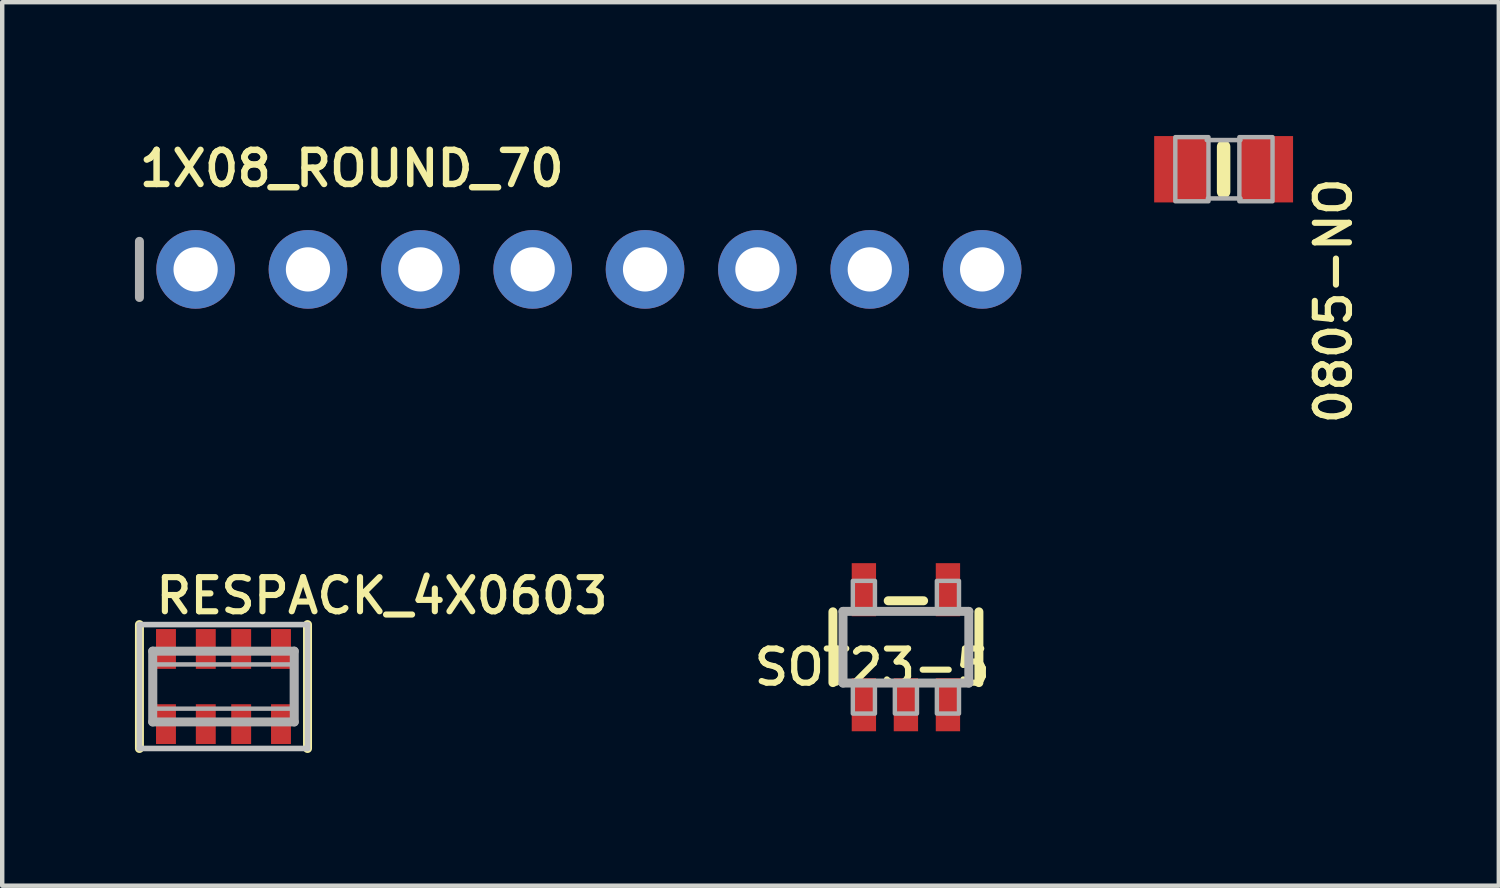
<source format=kicad_pcb>
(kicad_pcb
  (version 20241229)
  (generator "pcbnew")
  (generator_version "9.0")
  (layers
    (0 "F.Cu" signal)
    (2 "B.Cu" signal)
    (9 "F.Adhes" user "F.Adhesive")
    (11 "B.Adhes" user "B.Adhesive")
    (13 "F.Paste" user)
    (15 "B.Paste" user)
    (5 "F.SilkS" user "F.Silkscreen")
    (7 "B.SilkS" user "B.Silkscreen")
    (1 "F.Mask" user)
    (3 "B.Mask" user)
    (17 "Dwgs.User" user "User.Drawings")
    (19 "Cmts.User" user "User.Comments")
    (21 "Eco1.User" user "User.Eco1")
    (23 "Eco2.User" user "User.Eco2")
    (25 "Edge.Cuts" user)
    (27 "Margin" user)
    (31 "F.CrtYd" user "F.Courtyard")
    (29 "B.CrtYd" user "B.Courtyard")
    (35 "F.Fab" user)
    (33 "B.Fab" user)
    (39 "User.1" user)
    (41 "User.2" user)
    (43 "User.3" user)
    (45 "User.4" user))
  (footprint "0805-NO"
    (layer "F.Cu")
    (at 24.611 0.776)
    (property "Reference" "0805-NO" (at 2.032 0.127 90) (layer "F.SilkS") (effects (font (size 0.772 0.772) (thickness 0.139)) (justify right top)))
    (attr through_hole)
    (fp_line (start 0 -0.508) (end 0 0.508) (stroke (width 0.305) (type solid)) (layer "F.SilkS"))
    (fp_line (start -0.381 -0.66) (end 0.381 -0.66) (stroke (width 0.102) (type solid)) (layer "F.Fab"))
    (fp_line (start -0.356 0.66) (end 0.381 0.66) (stroke (width 0.102) (type solid)) (layer "F.Fab"))
    (fp_poly (pts (xy -1.092 0.724) (xy -0.342 0.724) (xy -0.342 -0.726) (xy -1.092 -0.726)) (stroke (width 0.1) (type solid)) (fill no) (layer "F.Fab"))
    (fp_poly (pts (xy 0.356 0.724) (xy 1.106 0.724) (xy 1.106 -0.726) (xy 0.356 -0.726)) (stroke (width 0.1) (type solid)) (fill no) (layer "F.Fab"))
    (pad "1" smd rect (at -0.95 0) (size 1.24 1.5) (layers "F.Cu" "F.Mask" "F.Paste"))
    (pad "2" smd rect (at 0.95 0) (size 1.24 1.5) (layers "F.Cu" "F.Mask" "F.Paste")))
  (footprint "RESPACK_4X0603"
    (layer "F.Cu")
    (at 2.002 12.47)
    (property "Reference" "RESPACK_4X0603" (at -1.6 -1.6 0) (layer "F.SilkS") (effects (font (size 0.772 0.772) (thickness 0.139)) (justify left bottom)))
    (attr through_hole)
    (fp_line (start -1.9 1.4) (end -1.9 -1.4) (stroke (width 0.203) (type solid)) (layer "F.SilkS"))
    (fp_line (start 1.9 -1.4) (end 1.9 1.4) (stroke (width 0.203) (type solid)) (layer "F.SilkS"))
    (fp_line (start -1.9 -1.4) (end 1.9 -1.4) (stroke (width 0.127) (type solid)) (layer "Dwgs.User"))
    (fp_line (start -1.9 1.4) (end -1.9 -1.4) (stroke (width 0.127) (type solid)) (layer "Dwgs.User"))
    (fp_line (start -1.9 1.4) (end 1.9 1.4) (stroke (width 0.127) (type solid)) (layer "Dwgs.User"))
    (fp_line (start 1.9 -1.4) (end 1.9 1.4) (stroke (width 0.127) (type solid)) (layer "Dwgs.User"))
    (fp_line (start -1.6 -0.8) (end 1.6 -0.8) (stroke (width 0.203) (type solid)) (layer "F.Fab"))
    (fp_line (start -1.6 0.8) (end -1.6 -0.8) (stroke (width 0.203) (type solid)) (layer "F.Fab"))
    (fp_line (start 1.6 -0.8) (end 1.6 0.8) (stroke (width 0.203) (type solid)) (layer "F.Fab"))
    (fp_line (start 1.6 0.8) (end -1.6 0.8) (stroke (width 0.203) (type solid)) (layer "F.Fab"))
    (fp_poly (pts (xy -1.55 0.5) (xy 1.55 0.5) (xy 1.55 -0.5) (xy -1.55 -0.5)) (stroke (width 0.1) (type solid)) (fill no) (layer "F.Fab"))
    (pad "1" smd rect (at -1.3 0.85) (size 0.45 0.9) (layers "F.Cu" "F.Mask" "F.Paste"))
    (pad "2" smd rect (at -0.4 0.85) (size 0.45 0.9) (layers "F.Cu" "F.Mask" "F.Paste"))
    (pad "3" smd rect (at 0.4 0.85) (size 0.45 0.9) (layers "F.Cu" "F.Mask" "F.Paste"))
    (pad "4" smd rect (at 1.3 0.85) (size 0.45 0.9) (layers "F.Cu" "F.Mask" "F.Paste"))
    (pad "5" smd rect (at 1.3 -0.85) (size 0.45 0.9) (layers "F.Cu" "F.Mask" "F.Paste"))
    (pad "6" smd rect (at 0.4 -0.85) (size 0.45 0.9) (layers "F.Cu" "F.Mask" "F.Paste"))
    (pad "7" smd rect (at -0.4 -0.85) (size 0.45 0.9) (layers "F.Cu" "F.Mask" "F.Paste"))
    (pad "8" smd rect (at -1.3 -0.85) (size 0.45 0.9) (layers "F.Cu" "F.Mask" "F.Paste")))
  (footprint "SOT23-5"
    (layer "F.Cu")
    (at 17.429 11.581)
    (property "Reference" "SOT23-5" (at 1.978 0 0) (layer "F.SilkS") (effects (font (size 0.772 0.772) (thickness 0.139)) (justify right top)))
    (attr through_hole)
    (fp_line (start -1.65 -0.8) (end -1.65 0.8) (stroke (width 0.203) (type solid)) (layer "F.SilkS"))
    (fp_line (start -0.4 -1.05) (end 0.4 -1.05) (stroke (width 0.203) (type solid)) (layer "F.SilkS"))
    (fp_line (start 1.65 -0.8) (end 1.65 0.8) (stroke (width 0.203) (type solid)) (layer "F.SilkS"))
    (fp_line (start -1.422 -0.81) (end 1.422 -0.81) (stroke (width 0.203) (type solid)) (layer "F.Fab"))
    (fp_line (start -1.422 0.81) (end -1.422 -0.81) (stroke (width 0.203) (type solid)) (layer "F.Fab"))
    (fp_line (start 1.422 -0.81) (end 1.422 0.81) (stroke (width 0.203) (type solid)) (layer "F.Fab"))
    (fp_line (start 1.422 0.81) (end -1.422 0.81) (stroke (width 0.203) (type solid)) (layer "F.Fab"))
    (fp_poly (pts (xy -1.2 -0.85) (xy -0.7 -0.85) (xy -0.7 -1.5) (xy -1.2 -1.5)) (stroke (width 0.1) (type solid)) (fill no) (layer "F.Fab"))
    (fp_poly (pts (xy -1.2 1.5) (xy -0.7 1.5) (xy -0.7 0.85) (xy -1.2 0.85)) (stroke (width 0.1) (type solid)) (fill no) (layer "F.Fab"))
    (fp_poly (pts (xy -0.25 1.5) (xy 0.25 1.5) (xy 0.25 0.85) (xy -0.25 0.85)) (stroke (width 0.1) (type solid)) (fill no) (layer "F.Fab"))
    (fp_poly (pts (xy 0.7 -0.85) (xy 1.2 -0.85) (xy 1.2 -1.5) (xy 0.7 -1.5)) (stroke (width 0.1) (type solid)) (fill no) (layer "F.Fab"))
    (fp_poly (pts (xy 0.7 1.5) (xy 1.2 1.5) (xy 1.2 0.85) (xy 0.7 0.85)) (stroke (width 0.1) (type solid)) (fill no) (layer "F.Fab"))
    (pad "1" smd rect (at -0.95 1.3) (size 0.55 1.2) (layers "F.Cu" "F.Mask" "F.Paste"))
    (pad "2" smd rect (at 0 1.3) (size 0.55 1.2) (layers "F.Cu" "F.Mask" "F.Paste"))
    (pad "3" smd rect (at 0.95 1.3) (size 0.55 1.2) (layers "F.Cu" "F.Mask" "F.Paste"))
    (pad "4" smd rect (at 0.95 -1.3) (size 0.55 1.2) (layers "F.Cu" "F.Mask" "F.Paste"))
    (pad "5" smd rect (at -0.95 -1.3) (size 0.55 1.2) (layers "F.Cu" "F.Mask" "F.Paste")))
  (footprint "1X08_ROUND_70"
    (layer "F.Cu")
    (at 10.262 3.04)
    (property "Reference" "1X08_ROUND_70" (at -10.236 -1.829 0) (layer "F.SilkS") (effects (font (size 0.772 0.772) (thickness 0.146)) (justify left bottom)))
    (attr through_hole)
    (fp_line (start -10.16 -0.635) (end -10.16 0.635) (stroke (width 0.203) (type solid)) (layer "F.Fab"))
    (fp_poly (pts (xy -9.144 0.254) (xy -8.636 0.254) (xy -8.636 -0.254) (xy -9.144 -0.254)) (stroke (width 0.1) (type solid)) (fill no) (layer "F.Fab"))
    (fp_poly (pts (xy -6.604 0.254) (xy -6.096 0.254) (xy -6.096 -0.254) (xy -6.604 -0.254)) (stroke (width 0.1) (type solid)) (fill no) (layer "F.Fab"))
    (fp_poly (pts (xy -4.064 0.254) (xy -3.556 0.254) (xy -3.556 -0.254) (xy -4.064 -0.254)) (stroke (width 0.1) (type solid)) (fill no) (layer "F.Fab"))
    (fp_poly (pts (xy -1.524 0.254) (xy -1.016 0.254) (xy -1.016 -0.254) (xy -1.524 -0.254)) (stroke (width 0.1) (type solid)) (fill no) (layer "F.Fab"))
    (fp_poly (pts (xy 1.016 0.254) (xy 1.524 0.254) (xy 1.524 -0.254) (xy 1.016 -0.254)) (stroke (width 0.1) (type solid)) (fill no) (layer "F.Fab"))
    (fp_poly (pts (xy 3.556 0.254) (xy 4.064 0.254) (xy 4.064 -0.254) (xy 3.556 -0.254)) (stroke (width 0.1) (type solid)) (fill no) (layer "F.Fab"))
    (fp_poly (pts (xy 6.096 0.254) (xy 6.604 0.254) (xy 6.604 -0.254) (xy 6.096 -0.254)) (stroke (width 0.1) (type solid)) (fill no) (layer "F.Fab"))
    (fp_poly (pts (xy 8.636 0.254) (xy 9.144 0.254) (xy 9.144 -0.254) (xy 8.636 -0.254)) (stroke (width 0.1) (type solid)) (fill no) (layer "F.Fab"))
    (pad "1" thru_hole circle (at -8.89 0 90) (size 1.778 1.778) (drill 1) (layers "*.Cu" "*.Mask"))
    (pad "2" thru_hole circle (at -6.35 0 90) (size 1.778 1.778) (drill 1) (layers "*.Cu" "*.Mask"))
    (pad "3" thru_hole circle (at -3.81 0 90) (size 1.778 1.778) (drill 1) (layers "*.Cu" "*.Mask"))
    (pad "4" thru_hole circle (at -1.27 0 90) (size 1.778 1.778) (drill 1) (layers "*.Cu" "*.Mask"))
    (pad "5" thru_hole circle (at 1.27 0 90) (size 1.778 1.778) (drill 1) (layers "*.Cu" "*.Mask"))
    (pad "6" thru_hole circle (at 3.81 0 90) (size 1.778 1.778) (drill 1) (layers "*.Cu" "*.Mask"))
    (pad "7" thru_hole circle (at 6.35 0 90) (size 1.778 1.778) (drill 1) (layers "*.Cu" "*.Mask"))
    (pad "8" thru_hole circle (at 8.89 0 90) (size 1.778 1.778) (drill 1) (layers "*.Cu" "*.Mask")))
  (gr_rect
    (start -3 -3)
    (end 30.832 16.972)
    (stroke (width 0.1) (type default))
    (fill no)
    (layer "Edge.Cuts")))
</source>
